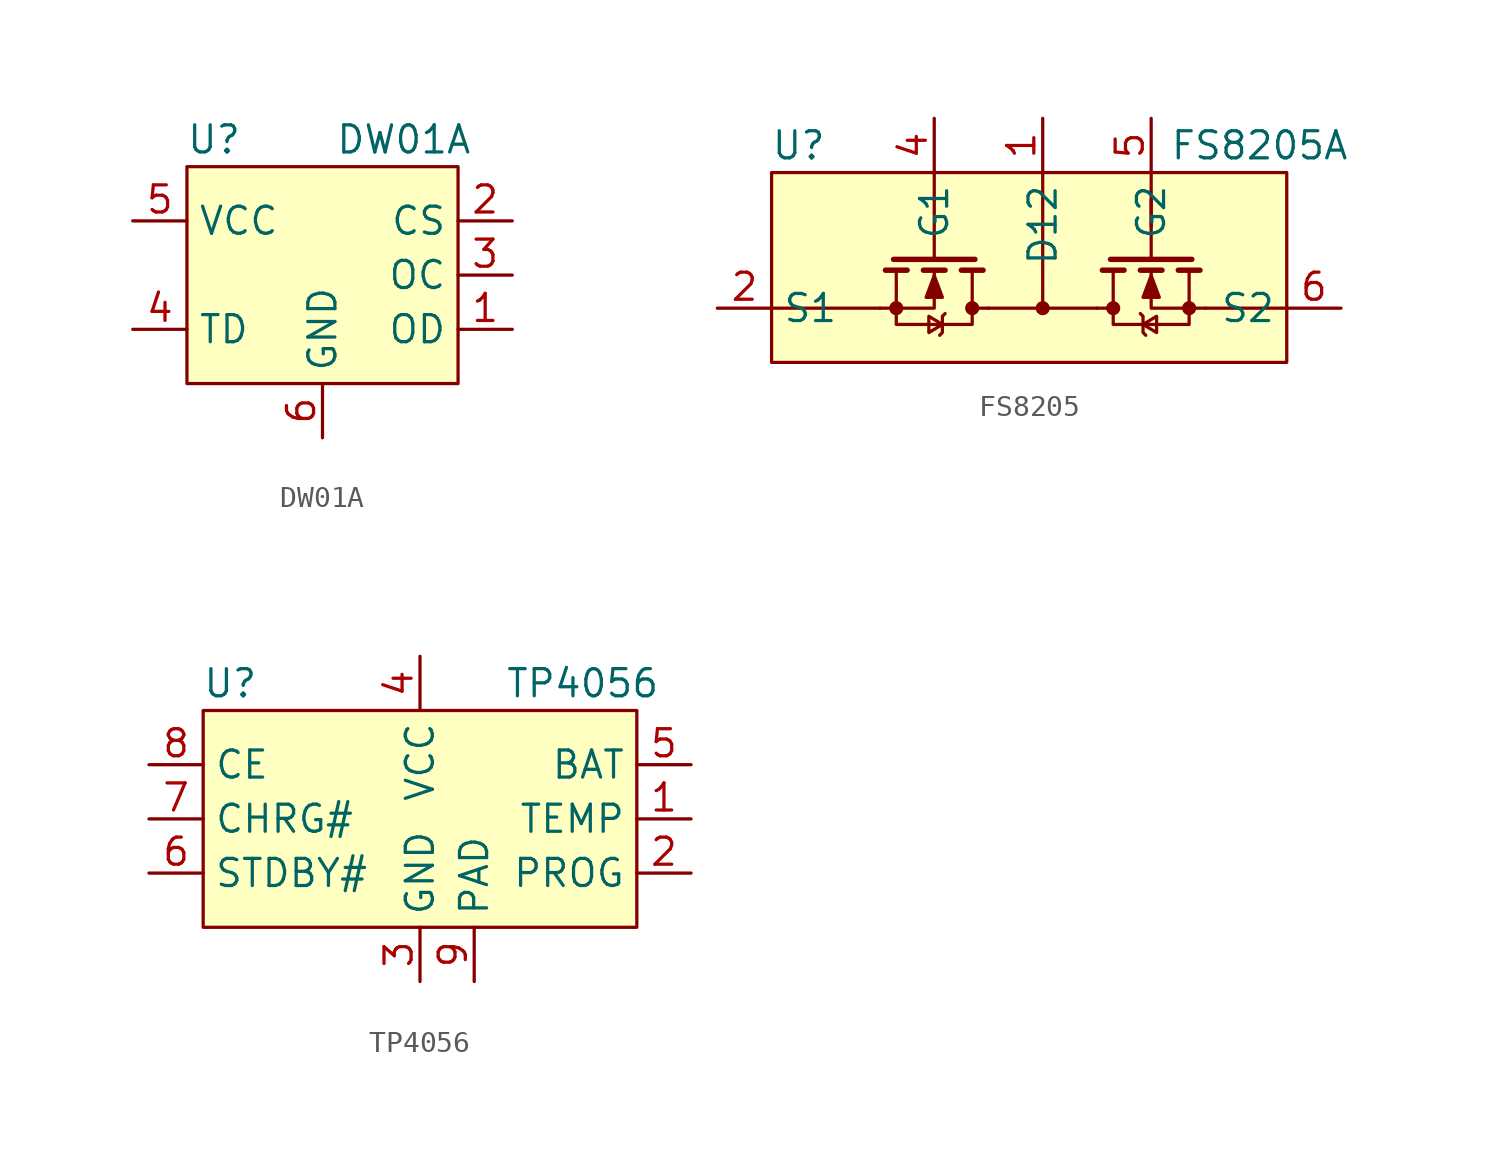
<source format=kicad_sym>
(kicad_symbol_lib
  (version 20231120)
  (generator "kicad_symbol_editor")
  (generator_version "8.0")
  (symbol "DW01A"
    (property "Reference" "U"
      (at 1.27 1.27 0)
      (effects (font (size 1.27 1.27))))
    (property "Value" "DW01A"
      (at 10.16 1.27 0)
      (effects (font (size 1.27 1.27))))
    (symbol "DW01A_1_1"
      (rectangle (start 0 0) (end 12.7 -10.16) (stroke (width 0) (type default)) (fill (type background)))
      (pin passive line (at 15.24 -7.62 180) (length 2.54) (name "OD" (effects (font (size 1.27 1.27)))) (number "1" (effects (font (size 1.27 1.27)))))
      (pin passive line (at 15.24 -2.54 180) (length 2.54) (name "CS" (effects (font (size 1.27 1.27)))) (number "2" (effects (font (size 1.27 1.27)))))
      (pin passive line (at 15.24 -5.08 180) (length 2.54) (name "OC" (effects (font (size 1.27 1.27)))) (number "3" (effects (font (size 1.27 1.27)))))
      (pin passive line (at -2.54 -7.62 0) (length 2.54) (name "TD" (effects (font (size 1.27 1.27)))) (number "4" (effects (font (size 1.27 1.27)))))
      (pin passive line (at -2.54 -2.54 0) (length 2.54) (name "VCC" (effects (font (size 1.27 1.27)))) (number "5" (effects (font (size 1.27 1.27)))))
      (pin passive line (at 6.35 -12.7 90) (length 2.54) (name "GND" (effects (font (size 1.27 1.27)))) (number "6" (effects (font (size 1.27 1.27)))))))
  (symbol "FS8205"
    (property "Reference" "U"
      (at 1.27 1.27 0)
      (effects (font (size 1.27 1.27))))
    (property "Value" "FS8205A"
      (at 22.86 1.27 0)
      (effects (font (size 1.27 1.27))))
    (symbol "FS8205_0_1"
      (polyline (pts (xy 0 -6.35) (xy 5.08 -6.35)) (stroke (width 0) (type default)) (fill (type none)))
      (polyline (pts (xy 6.35 -4.572) (xy 5.334 -4.572)) (stroke (width 0.254) (type default)) (fill (type none)))
      (polyline (pts (xy 7.62 -4.064) (xy 7.62 -1.27)) (stroke (width 0) (type default)) (fill (type none)))
      (polyline (pts (xy 7.62 0) (xy 7.62 -1.27)) (stroke (width 0) (type default)) (fill (type none)))
      (polyline (pts (xy 8.128 -4.572) (xy 7.112 -4.572)) (stroke (width 0.254) (type default)) (fill (type none)))
      (polyline (pts (xy 9.525 -4.064) (xy 5.715 -4.064)) (stroke (width 0.254) (type default)) (fill (type none)))
      (polyline (pts (xy 9.906 -4.572) (xy 8.89 -4.572)) (stroke (width 0.254) (type default)) (fill (type none)))
      (polyline (pts (xy 10.16 -6.35) (xy 9.398 -6.35)) (stroke (width 0) (type default)) (fill (type none)))
      (polyline (pts (xy 10.16 -6.35) (xy 15.24 -6.35)) (stroke (width 0) (type default)) (fill (type none)))
      (polyline (pts (xy 12.7 0) (xy 12.7 -6.35)) (stroke (width 0) (type default)) (fill (type none)))
      (polyline (pts (xy 15.24 -6.35) (xy 16.002 -6.35)) (stroke (width 0) (type default)) (fill (type none)))
      (polyline (pts (xy 15.494 -4.572) (xy 16.51 -4.572)) (stroke (width 0.254) (type default)) (fill (type none)))
      (polyline (pts (xy 15.875 -4.064) (xy 19.685 -4.064)) (stroke (width 0.254) (type default)) (fill (type none)))
      (polyline (pts (xy 17.272 -4.572) (xy 18.288 -4.572)) (stroke (width 0.254) (type default)) (fill (type none)))
      (polyline (pts (xy 17.78 -4.064) (xy 17.78 -1.27)) (stroke (width 0) (type default)) (fill (type none)))
      (polyline (pts (xy 17.78 0) (xy 17.78 -2.54)) (stroke (width 0) (type default)) (fill (type none)))
      (polyline (pts (xy 19.05 -4.572) (xy 20.066 -4.572)) (stroke (width 0.254) (type default)) (fill (type none)))
      (polyline (pts (xy 20.32 -6.35) (xy 24.13 -6.35)) (stroke (width 0) (type default)) (fill (type none)))
      (polyline (pts (xy 5.08 -6.35) (xy 7.62 -6.35) (xy 7.62 -4.572)) (stroke (width 0) (type default)) (fill (type none)))
      (polyline (pts (xy 20.32 -6.35) (xy 17.78 -6.35) (xy 17.78 -4.572)) (stroke (width 0) (type default)) (fill (type none)))
      (polyline (pts (xy 5.842 -4.572) (xy 5.842 -7.112) (xy 9.398 -7.112) (xy 9.398 -4.572)) (stroke (width 0) (type default)) (fill (type none)))
      (polyline (pts (xy 7.62 -4.826) (xy 8.001 -5.842) (xy 7.239 -5.842) (xy 7.62 -4.826)) (stroke (width 0) (type default)) (fill (type outline)))
      (polyline (pts (xy 8.001 -7.112) (xy 7.366 -6.731) (xy 7.366 -7.493) (xy 8.001 -7.112)) (stroke (width 0) (type default)) (fill (type none)))
      (polyline (pts (xy 8.128 -6.604) (xy 8.001 -6.731) (xy 8.001 -7.493) (xy 7.874 -7.62)) (stroke (width 0) (type default)) (fill (type none)))
      (polyline (pts (xy 17.272 -6.604) (xy 17.399 -6.731) (xy 17.399 -7.493) (xy 17.526 -7.62)) (stroke (width 0) (type default)) (fill (type none)))
      (polyline (pts (xy 17.399 -7.112) (xy 18.034 -6.731) (xy 18.034 -7.493) (xy 17.399 -7.112)) (stroke (width 0) (type default)) (fill (type none)))
      (polyline (pts (xy 17.78 -4.826) (xy 17.399 -5.842) (xy 18.161 -5.842) (xy 17.78 -4.826)) (stroke (width 0) (type default)) (fill (type outline)))
      (polyline (pts (xy 19.558 -4.572) (xy 19.558 -7.112) (xy 16.002 -7.112) (xy 16.002 -4.572)) (stroke (width 0) (type default)) (fill (type none)))
      (circle (center 5.842 -6.35) (radius 0.254) (stroke (width 0) (type default)) (fill (type outline)))
      (circle (center 9.398 -6.35) (radius 0.254) (stroke (width 0) (type default)) (fill (type outline)))
      (circle (center 12.7 -6.35) (radius 0.254) (stroke (width 0) (type default)) (fill (type outline)))
      (circle (center 16.002 -6.35) (radius 0.254) (stroke (width 0) (type default)) (fill (type outline)))
      (circle (center 19.558 -6.35) (radius 0.254) (stroke (width 0) (type default)) (fill (type outline))))
    (symbol "FS8205_1_1"
      (rectangle (start 0 0) (end 24.13 -8.89) (stroke (width 0) (type default)) (fill (type background)))
      (pin passive line (at 12.7 2.54 270) (length 2.54) (name "D12" (effects (font (size 1.27 1.27)))) (number "1" (effects (font (size 1.27 1.27)))))
      (pin passive line (at -2.54 -6.35 0) (length 2.54) (name "S1" (effects (font (size 1.27 1.27)))) (number "2" (effects (font (size 1.27 1.27)))))
      (pin passive line (at -2.54 -6.35 0) (length 2.54) hide (name "S1" (effects (font (size 1.27 1.27)))) (number "3" (effects (font (size 1.27 1.27)))))
      (pin input line (at 7.62 2.54 270) (length 2.54) (name "G1" (effects (font (size 1.27 1.27)))) (number "4" (effects (font (size 1.27 1.27)))))
      (pin input line (at 17.78 2.54 270) (length 2.54) (name "G2" (effects (font (size 1.27 1.27)))) (number "5" (effects (font (size 1.27 1.27)))))
      (pin passive line (at 26.67 -6.35 180) (length 2.54) (name "S2" (effects (font (size 1.27 1.27)))) (number "6" (effects (font (size 1.27 1.27)))))
      (pin passive line (at 26.67 -6.35 180) (length 2.54) hide (name "S2" (effects (font (size 1.27 1.27)))) (number "7" (effects (font (size 1.27 1.27)))))))
  (symbol "TP4056"
    (property "Reference" "U"
      (at 1.27 1.27 0)
      (effects (font (size 1.27 1.27))))
    (property "Value" "TP4056"
      (at 17.78 1.27 0)
      (effects (font (size 1.27 1.27))))
    (symbol "TP4056_1_1"
      (rectangle (start 0 0) (end 20.32 -10.16) (stroke (width 0) (type default)) (fill (type background)))
      (pin input line (at 22.86 -5.08 180) (length 2.54) (name "TEMP" (effects (font (size 1.27 1.27)))) (number "1" (effects (font (size 1.27 1.27)))))
      (pin input line (at 22.86 -7.62 180) (length 2.54) (name "PROG" (effects (font (size 1.27 1.27)))) (number "2" (effects (font (size 1.27 1.27)))))
      (pin passive line (at 10.16 -12.7 90) (length 2.54) (name "GND" (effects (font (size 1.27 1.27)))) (number "3" (effects (font (size 1.27 1.27)))))
      (pin power_in line (at 10.16 2.54 270) (length 2.54) (name "VCC" (effects (font (size 1.27 1.27)))) (number "4" (effects (font (size 1.27 1.27)))))
      (pin power_out line (at 22.86 -2.54 180) (length 2.54) (name "BAT" (effects (font (size 1.27 1.27)))) (number "5" (effects (font (size 1.27 1.27)))))
      (pin input line (at -2.54 -7.62 0) (length 2.54) (name "STDBY#" (effects (font (size 1.27 1.27)))) (number "6" (effects (font (size 1.27 1.27)))))
      (pin input line (at -2.54 -5.08 0) (length 2.54) (name "CHRG#" (effects (font (size 1.27 1.27)))) (number "7" (effects (font (size 1.27 1.27)))))
      (pin input line (at -2.54 -2.54 0) (length 2.54) (name "CE" (effects (font (size 1.27 1.27)))) (number "8" (effects (font (size 1.27 1.27)))))
      (pin passive line (at 12.7 -12.7 90) (length 2.54) (name "PAD" (effects (font (size 1.27 1.27)))) (number "9" (effects (font (size 1.27 1.27))))))))
</source>
